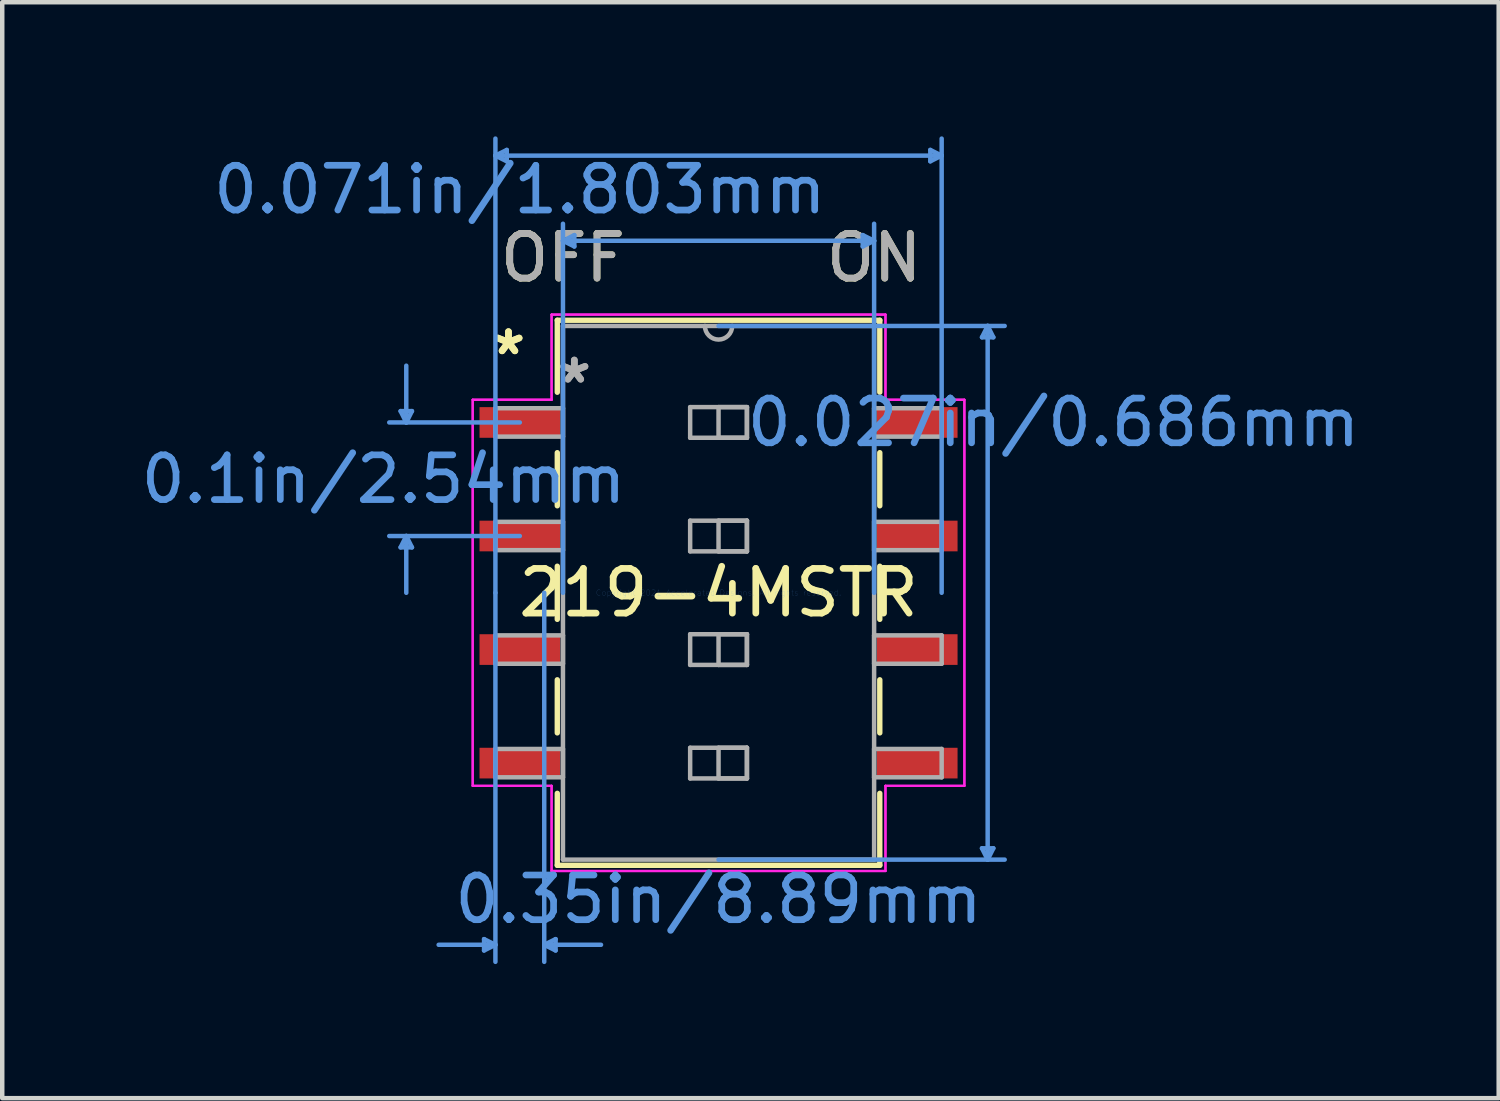
<source format=kicad_pcb>
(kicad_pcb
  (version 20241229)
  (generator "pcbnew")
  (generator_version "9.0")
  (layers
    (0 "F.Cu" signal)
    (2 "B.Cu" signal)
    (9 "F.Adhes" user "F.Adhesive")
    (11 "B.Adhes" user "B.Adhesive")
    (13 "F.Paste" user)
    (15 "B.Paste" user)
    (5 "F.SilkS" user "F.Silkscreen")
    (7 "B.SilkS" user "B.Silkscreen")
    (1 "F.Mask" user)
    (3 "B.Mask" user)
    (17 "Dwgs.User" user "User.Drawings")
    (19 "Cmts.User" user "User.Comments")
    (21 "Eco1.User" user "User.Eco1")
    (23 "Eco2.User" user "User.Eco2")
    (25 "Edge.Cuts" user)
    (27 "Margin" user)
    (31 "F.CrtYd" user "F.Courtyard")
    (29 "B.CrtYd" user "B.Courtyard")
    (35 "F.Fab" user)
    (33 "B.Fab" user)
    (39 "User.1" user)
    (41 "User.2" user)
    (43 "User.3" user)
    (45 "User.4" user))
  (footprint "219-4MSTR"
    (layer "F.Cu")
    (at 13.023 10.21)
    (property "Reference" "219-4MSTR" (at 0 0 0) (layer "F.SilkS") (effects (font (size 1 1) (thickness 0.15))))
    (attr through_hole)
    (fp_line (start -3.607 -6.096) (end -3.607 -4.486) (stroke (width 0.12) (type solid)) (layer "F.SilkS"))
    (fp_line (start -3.607 -3.134) (end -3.607 -1.946) (stroke (width 0.12) (type solid)) (layer "F.SilkS"))
    (fp_line (start -3.607 -0.594) (end -3.607 0.594) (stroke (width 0.12) (type solid)) (layer "F.SilkS"))
    (fp_line (start -3.607 1.946) (end -3.607 3.134) (stroke (width 0.12) (type solid)) (layer "F.SilkS"))
    (fp_line (start -3.607 4.486) (end -3.607 6.096) (stroke (width 0.12) (type solid)) (layer "F.SilkS"))
    (fp_line (start -3.607 6.096) (end 3.607 6.096) (stroke (width 0.12) (type solid)) (layer "F.SilkS"))
    (fp_line (start 3.607 -6.096) (end -3.607 -6.096) (stroke (width 0.12) (type solid)) (layer "F.SilkS"))
    (fp_line (start 3.607 -4.486) (end 3.607 -6.096) (stroke (width 0.12) (type solid)) (layer "F.SilkS"))
    (fp_line (start 3.607 -1.946) (end 3.607 -3.134) (stroke (width 0.12) (type solid)) (layer "F.SilkS"))
    (fp_line (start 3.607 0.594) (end 3.607 -0.594) (stroke (width 0.12) (type solid)) (layer "F.SilkS"))
    (fp_line (start 3.607 3.134) (end 3.607 1.946) (stroke (width 0.12) (type solid)) (layer "F.SilkS"))
    (fp_line (start 3.607 6.096) (end 3.607 4.486) (stroke (width 0.12) (type solid)) (layer "F.SilkS"))
    (fp_line (start -7.112 -4.064) (end -6.858 -4.064) (stroke (width 0.1) (type solid)) (layer "Cmts.User"))
    (fp_line (start -7.112 -1.016) (end -6.858 -1.016) (stroke (width 0.1) (type solid)) (layer "Cmts.User"))
    (fp_line (start -6.985 -3.81) (end -7.112 -4.064) (stroke (width 0.1) (type solid)) (layer "Cmts.User"))
    (fp_line (start -6.985 -3.81) (end -6.985 -5.08) (stroke (width 0.1) (type solid)) (layer "Cmts.User"))
    (fp_line (start -6.985 -3.81) (end -6.858 -4.064) (stroke (width 0.1) (type solid)) (layer "Cmts.User"))
    (fp_line (start -6.985 -1.27) (end -7.112 -1.016) (stroke (width 0.1) (type solid)) (layer "Cmts.User"))
    (fp_line (start -6.985 -1.27) (end -6.985 0) (stroke (width 0.1) (type solid)) (layer "Cmts.User"))
    (fp_line (start -6.985 -1.27) (end -6.858 -1.016) (stroke (width 0.1) (type solid)) (layer "Cmts.User"))
    (fp_line (start -5.245 7.747) (end -5.245 8.001) (stroke (width 0.1) (type solid)) (layer "Cmts.User"))
    (fp_line (start -4.991 -9.779) (end -4.737 -9.906) (stroke (width 0.1) (type solid)) (layer "Cmts.User"))
    (fp_line (start -4.991 -9.779) (end -4.737 -9.652) (stroke (width 0.1) (type solid)) (layer "Cmts.User"))
    (fp_line (start -4.991 -9.779) (end 4.991 -9.779) (stroke (width 0.1) (type solid)) (layer "Cmts.User"))
    (fp_line (start -4.991 0) (end -4.991 -10.16) (stroke (width 0.1) (type solid)) (layer "Cmts.User"))
    (fp_line (start -4.991 0) (end -4.991 8.255) (stroke (width 0.1) (type solid)) (layer "Cmts.User"))
    (fp_line (start -4.991 7.874) (end -6.261 7.874) (stroke (width 0.1) (type solid)) (layer "Cmts.User"))
    (fp_line (start -4.991 7.874) (end -5.245 7.747) (stroke (width 0.1) (type solid)) (layer "Cmts.User"))
    (fp_line (start -4.991 7.874) (end -5.245 8.001) (stroke (width 0.1) (type solid)) (layer "Cmts.User"))
    (fp_line (start -4.737 -9.906) (end -4.737 -9.652) (stroke (width 0.1) (type solid)) (layer "Cmts.User"))
    (fp_line (start -4.445 -3.81) (end -7.366 -3.81) (stroke (width 0.1) (type solid)) (layer "Cmts.User"))
    (fp_line (start -4.445 -1.27) (end -7.366 -1.27) (stroke (width 0.1) (type solid)) (layer "Cmts.User"))
    (fp_line (start -3.899 0) (end -3.899 8.255) (stroke (width 0.1) (type solid)) (layer "Cmts.User"))
    (fp_line (start -3.899 7.874) (end -3.645 7.747) (stroke (width 0.1) (type solid)) (layer "Cmts.User"))
    (fp_line (start -3.899 7.874) (end -3.645 8.001) (stroke (width 0.1) (type solid)) (layer "Cmts.User"))
    (fp_line (start -3.899 7.874) (end -2.629 7.874) (stroke (width 0.1) (type solid)) (layer "Cmts.User"))
    (fp_line (start -3.645 7.747) (end -3.645 8.001) (stroke (width 0.1) (type solid)) (layer "Cmts.User"))
    (fp_line (start -3.48 -7.874) (end -3.226 -8.001) (stroke (width 0.1) (type solid)) (layer "Cmts.User"))
    (fp_line (start -3.48 -7.874) (end -3.226 -7.747) (stroke (width 0.1) (type solid)) (layer "Cmts.User"))
    (fp_line (start -3.48 -7.874) (end 3.48 -7.874) (stroke (width 0.1) (type solid)) (layer "Cmts.User"))
    (fp_line (start -3.48 0) (end -3.48 -8.255) (stroke (width 0.1) (type solid)) (layer "Cmts.User"))
    (fp_line (start -3.226 -8.001) (end -3.226 -7.747) (stroke (width 0.1) (type solid)) (layer "Cmts.User"))
    (fp_line (start 0 -5.969) (end 6.401 -5.969) (stroke (width 0.1) (type solid)) (layer "Cmts.User"))
    (fp_line (start 0 5.969) (end 6.401 5.969) (stroke (width 0.1) (type solid)) (layer "Cmts.User"))
    (fp_line (start 3.226 -8.001) (end 3.226 -7.747) (stroke (width 0.1) (type solid)) (layer "Cmts.User"))
    (fp_line (start 3.48 -7.874) (end 3.226 -8.001) (stroke (width 0.1) (type solid)) (layer "Cmts.User"))
    (fp_line (start 3.48 -7.874) (end 3.226 -7.747) (stroke (width 0.1) (type solid)) (layer "Cmts.User"))
    (fp_line (start 3.48 0) (end 3.48 -8.255) (stroke (width 0.1) (type solid)) (layer "Cmts.User"))
    (fp_line (start 4.737 -9.906) (end 4.737 -9.652) (stroke (width 0.1) (type solid)) (layer "Cmts.User"))
    (fp_line (start 4.991 -9.779) (end 4.737 -9.906) (stroke (width 0.1) (type solid)) (layer "Cmts.User"))
    (fp_line (start 4.991 -9.779) (end 4.737 -9.652) (stroke (width 0.1) (type solid)) (layer "Cmts.User"))
    (fp_line (start 4.991 0) (end 4.991 -10.16) (stroke (width 0.1) (type solid)) (layer "Cmts.User"))
    (fp_line (start 5.893 -5.715) (end 6.147 -5.715) (stroke (width 0.1) (type solid)) (layer "Cmts.User"))
    (fp_line (start 5.893 5.715) (end 6.147 5.715) (stroke (width 0.1) (type solid)) (layer "Cmts.User"))
    (fp_line (start 6.02 -5.969) (end 5.893 -5.715) (stroke (width 0.1) (type solid)) (layer "Cmts.User"))
    (fp_line (start 6.02 -5.969) (end 6.02 5.969) (stroke (width 0.1) (type solid)) (layer "Cmts.User"))
    (fp_line (start 6.02 -5.969) (end 6.147 -5.715) (stroke (width 0.1) (type solid)) (layer "Cmts.User"))
    (fp_line (start 6.02 5.969) (end 5.893 5.715) (stroke (width 0.1) (type solid)) (layer "Cmts.User"))
    (fp_line (start 6.02 5.969) (end 6.147 5.715) (stroke (width 0.1) (type solid)) (layer "Cmts.User"))
    (fp_line (start -5.499 -4.318) (end -3.734 -4.318) (stroke (width 0.05) (type solid)) (layer "F.CrtYd"))
    (fp_line (start -5.499 -4.318) (end -3.734 -4.318) (stroke (width 0.05) (type solid)) (layer "F.CrtYd"))
    (fp_line (start -5.499 4.318) (end -5.499 -4.318) (stroke (width 0.05) (type solid)) (layer "F.CrtYd"))
    (fp_line (start -5.499 4.318) (end -5.499 -4.318) (stroke (width 0.05) (type solid)) (layer "F.CrtYd"))
    (fp_line (start -3.734 -6.223) (end 3.734 -6.223) (stroke (width 0.05) (type solid)) (layer "F.CrtYd"))
    (fp_line (start -3.734 -6.223) (end 3.734 -6.223) (stroke (width 0.05) (type solid)) (layer "F.CrtYd"))
    (fp_line (start -3.734 -4.318) (end -3.734 -6.223) (stroke (width 0.05) (type solid)) (layer "F.CrtYd"))
    (fp_line (start -3.734 -4.318) (end -3.734 -6.223) (stroke (width 0.05) (type solid)) (layer "F.CrtYd"))
    (fp_line (start -3.734 4.318) (end -5.499 4.318) (stroke (width 0.05) (type solid)) (layer "F.CrtYd"))
    (fp_line (start -3.734 4.318) (end -5.499 4.318) (stroke (width 0.05) (type solid)) (layer "F.CrtYd"))
    (fp_line (start -3.734 6.223) (end -3.734 4.318) (stroke (width 0.05) (type solid)) (layer "F.CrtYd"))
    (fp_line (start -3.734 6.223) (end -3.734 4.318) (stroke (width 0.05) (type solid)) (layer "F.CrtYd"))
    (fp_line (start 3.734 -6.223) (end 3.734 -4.318) (stroke (width 0.05) (type solid)) (layer "F.CrtYd"))
    (fp_line (start 3.734 -6.223) (end 3.734 -4.318) (stroke (width 0.05) (type solid)) (layer "F.CrtYd"))
    (fp_line (start 3.734 -4.318) (end 5.499 -4.318) (stroke (width 0.05) (type solid)) (layer "F.CrtYd"))
    (fp_line (start 3.734 -4.318) (end 5.499 -4.318) (stroke (width 0.05) (type solid)) (layer "F.CrtYd"))
    (fp_line (start 3.734 4.318) (end 3.734 6.223) (stroke (width 0.05) (type solid)) (layer "F.CrtYd"))
    (fp_line (start 3.734 4.318) (end 3.734 6.223) (stroke (width 0.05) (type solid)) (layer "F.CrtYd"))
    (fp_line (start 3.734 6.223) (end -3.734 6.223) (stroke (width 0.05) (type solid)) (layer "F.CrtYd"))
    (fp_line (start 3.734 6.223) (end -3.734 6.223) (stroke (width 0.05) (type solid)) (layer "F.CrtYd"))
    (fp_line (start 5.499 -4.318) (end 5.499 4.318) (stroke (width 0.05) (type solid)) (layer "F.CrtYd"))
    (fp_line (start 5.499 -4.318) (end 5.499 4.318) (stroke (width 0.05) (type solid)) (layer "F.CrtYd"))
    (fp_line (start 5.499 4.318) (end 3.734 4.318) (stroke (width 0.05) (type solid)) (layer "F.CrtYd"))
    (fp_line (start 5.499 4.318) (end 3.734 4.318) (stroke (width 0.05) (type solid)) (layer "F.CrtYd"))
    (fp_line (start -4.991 -4.128) (end -4.991 -3.493) (stroke (width 0.1) (type solid)) (layer "F.Fab"))
    (fp_line (start -4.991 -3.493) (end -3.48 -3.493) (stroke (width 0.1) (type solid)) (layer "F.Fab"))
    (fp_line (start -4.991 -1.587) (end -4.991 -0.953) (stroke (width 0.1) (type solid)) (layer "F.Fab"))
    (fp_line (start -4.991 -0.953) (end -3.48 -0.953) (stroke (width 0.1) (type solid)) (layer "F.Fab"))
    (fp_line (start -4.991 0.953) (end -4.991 1.587) (stroke (width 0.1) (type solid)) (layer "F.Fab"))
    (fp_line (start -4.991 1.587) (end -3.48 1.587) (stroke (width 0.1) (type solid)) (layer "F.Fab"))
    (fp_line (start -4.991 3.493) (end -4.991 4.128) (stroke (width 0.1) (type solid)) (layer "F.Fab"))
    (fp_line (start -4.991 4.128) (end -3.48 4.128) (stroke (width 0.1) (type solid)) (layer "F.Fab"))
    (fp_line (start -3.48 -5.969) (end -3.48 5.969) (stroke (width 0.1) (type solid)) (layer "F.Fab"))
    (fp_line (start -3.48 -4.128) (end -4.991 -4.128) (stroke (width 0.1) (type solid)) (layer "F.Fab"))
    (fp_line (start -3.48 -3.493) (end -3.48 -4.128) (stroke (width 0.1) (type solid)) (layer "F.Fab"))
    (fp_line (start -3.48 -1.587) (end -4.991 -1.587) (stroke (width 0.1) (type solid)) (layer "F.Fab"))
    (fp_line (start -3.48 -0.953) (end -3.48 -1.587) (stroke (width 0.1) (type solid)) (layer "F.Fab"))
    (fp_line (start -3.48 0.953) (end -4.991 0.953) (stroke (width 0.1) (type solid)) (layer "F.Fab"))
    (fp_line (start -3.48 1.587) (end -3.48 0.953) (stroke (width 0.1) (type solid)) (layer "F.Fab"))
    (fp_line (start -3.48 3.493) (end -4.991 3.493) (stroke (width 0.1) (type solid)) (layer "F.Fab"))
    (fp_line (start -3.48 4.128) (end -3.48 3.493) (stroke (width 0.1) (type solid)) (layer "F.Fab"))
    (fp_line (start -3.48 5.969) (end 3.48 5.969) (stroke (width 0.1) (type solid)) (layer "F.Fab"))
    (fp_line (start -0.635 -4.153) (end 0.635 -4.153) (stroke (width 0.1) (type solid)) (layer "F.Fab"))
    (fp_line (start -0.635 -3.467) (end -0.635 -4.153) (stroke (width 0.1) (type solid)) (layer "F.Fab"))
    (fp_line (start -0.635 -1.613) (end 0.635 -1.613) (stroke (width 0.1) (type solid)) (layer "F.Fab"))
    (fp_line (start -0.635 -0.927) (end -0.635 -1.613) (stroke (width 0.1) (type solid)) (layer "F.Fab"))
    (fp_line (start -0.635 0.927) (end 0.635 0.927) (stroke (width 0.1) (type solid)) (layer "F.Fab"))
    (fp_line (start -0.635 1.613) (end -0.635 0.927) (stroke (width 0.1) (type solid)) (layer "F.Fab"))
    (fp_line (start -0.635 3.467) (end 0.635 3.467) (stroke (width 0.1) (type solid)) (layer "F.Fab"))
    (fp_line (start -0.635 4.153) (end -0.635 3.467) (stroke (width 0.1) (type solid)) (layer "F.Fab"))
    (fp_line (start 0 -4.153) (end 0.635 -4.153) (stroke (width 0.1) (type solid)) (layer "F.Fab"))
    (fp_line (start 0 -3.467) (end 0 -4.153) (stroke (width 0.1) (type solid)) (layer "F.Fab"))
    (fp_line (start 0 -1.613) (end 0.635 -1.613) (stroke (width 0.1) (type solid)) (layer "F.Fab"))
    (fp_line (start 0 -0.927) (end 0 -1.613) (stroke (width 0.1) (type solid)) (layer "F.Fab"))
    (fp_line (start 0 0.927) (end 0.635 0.927) (stroke (width 0.1) (type solid)) (layer "F.Fab"))
    (fp_line (start 0 1.613) (end 0 0.927) (stroke (width 0.1) (type solid)) (layer "F.Fab"))
    (fp_line (start 0 3.467) (end 0.635 3.467) (stroke (width 0.1) (type solid)) (layer "F.Fab"))
    (fp_line (start 0 4.153) (end 0 3.467) (stroke (width 0.1) (type solid)) (layer "F.Fab"))
    (fp_line (start 0.635 -4.153) (end 0.635 -3.467) (stroke (width 0.1) (type solid)) (layer "F.Fab"))
    (fp_line (start 0.635 -4.153) (end 0.635 -3.467) (stroke (width 0.1) (type solid)) (layer "F.Fab"))
    (fp_line (start 0.635 -3.467) (end -0.635 -3.467) (stroke (width 0.1) (type solid)) (layer "F.Fab"))
    (fp_line (start 0.635 -3.467) (end 0 -3.467) (stroke (width 0.1) (type solid)) (layer "F.Fab"))
    (fp_line (start 0.635 -1.613) (end 0.635 -0.927) (stroke (width 0.1) (type solid)) (layer "F.Fab"))
    (fp_line (start 0.635 -1.613) (end 0.635 -0.927) (stroke (width 0.1) (type solid)) (layer "F.Fab"))
    (fp_line (start 0.635 -0.927) (end -0.635 -0.927) (stroke (width 0.1) (type solid)) (layer "F.Fab"))
    (fp_line (start 0.635 -0.927) (end 0 -0.927) (stroke (width 0.1) (type solid)) (layer "F.Fab"))
    (fp_line (start 0.635 0.927) (end 0.635 1.613) (stroke (width 0.1) (type solid)) (layer "F.Fab"))
    (fp_line (start 0.635 0.927) (end 0.635 1.613) (stroke (width 0.1) (type solid)) (layer "F.Fab"))
    (fp_line (start 0.635 1.613) (end -0.635 1.613) (stroke (width 0.1) (type solid)) (layer "F.Fab"))
    (fp_line (start 0.635 1.613) (end 0 1.613) (stroke (width 0.1) (type solid)) (layer "F.Fab"))
    (fp_line (start 0.635 3.467) (end 0.635 4.153) (stroke (width 0.1) (type solid)) (layer "F.Fab"))
    (fp_line (start 0.635 3.467) (end 0.635 4.153) (stroke (width 0.1) (type solid)) (layer "F.Fab"))
    (fp_line (start 0.635 4.153) (end -0.635 4.153) (stroke (width 0.1) (type solid)) (layer "F.Fab"))
    (fp_line (start 0.635 4.153) (end 0 4.153) (stroke (width 0.1) (type solid)) (layer "F.Fab"))
    (fp_line (start 3.48 -5.969) (end -3.48 -5.969) (stroke (width 0.1) (type solid)) (layer "F.Fab"))
    (fp_line (start 3.48 -4.128) (end 3.48 -3.493) (stroke (width 0.1) (type solid)) (layer "F.Fab"))
    (fp_line (start 3.48 -3.493) (end 4.991 -3.493) (stroke (width 0.1) (type solid)) (layer "F.Fab"))
    (fp_line (start 3.48 -1.587) (end 3.48 -0.953) (stroke (width 0.1) (type solid)) (layer "F.Fab"))
    (fp_line (start 3.48 -0.953) (end 4.991 -0.953) (stroke (width 0.1) (type solid)) (layer "F.Fab"))
    (fp_line (start 3.48 0.953) (end 3.48 1.587) (stroke (width 0.1) (type solid)) (layer "F.Fab"))
    (fp_line (start 3.48 1.587) (end 4.991 1.587) (stroke (width 0.1) (type solid)) (layer "F.Fab"))
    (fp_line (start 3.48 3.493) (end 3.48 4.128) (stroke (width 0.1) (type solid)) (layer "F.Fab"))
    (fp_line (start 3.48 4.128) (end 4.991 4.128) (stroke (width 0.1) (type solid)) (layer "F.Fab"))
    (fp_line (start 3.48 5.969) (end 3.48 -5.969) (stroke (width 0.1) (type solid)) (layer "F.Fab"))
    (fp_line (start 4.991 -4.128) (end 3.48 -4.128) (stroke (width 0.1) (type solid)) (layer "F.Fab"))
    (fp_line (start 4.991 -3.493) (end 4.991 -4.128) (stroke (width 0.1) (type solid)) (layer "F.Fab"))
    (fp_line (start 4.991 -1.587) (end 3.48 -1.587) (stroke (width 0.1) (type solid)) (layer "F.Fab"))
    (fp_line (start 4.991 -0.953) (end 4.991 -1.587) (stroke (width 0.1) (type solid)) (layer "F.Fab"))
    (fp_line (start 4.991 0.953) (end 3.48 0.953) (stroke (width 0.1) (type solid)) (layer "F.Fab"))
    (fp_line (start 4.991 1.587) (end 4.991 0.953) (stroke (width 0.1) (type solid)) (layer "F.Fab"))
    (fp_line (start 4.991 3.493) (end 3.48 3.493) (stroke (width 0.1) (type solid)) (layer "F.Fab"))
    (fp_line (start 4.991 4.128) (end 4.991 3.493) (stroke (width 0.1) (type solid)) (layer "F.Fab"))
    (fp_arc (start 0.3048 -5.969) (mid 0 -5.6642) (end -0.3048 -5.969) (stroke (width 0.1) (type solid)) (layer "F.Fab"))
    (fp_text user "*" (at -4.699 -5.296 0) (layer "F.SilkS") (effects (font (size 1 1) (thickness 0.15))))
    (fp_text user "*" (at -4.699 -5.296 0) (layer "F.SilkS") (effects (font (size 1 1) (thickness 0.15))))
    (fp_text user "ON" (at 3.48 -7.493 0) (layer "F.SilkS") (effects (font (size 1 1) (thickness 0.15))))
    (fp_text user "OFF" (at -3.48 -7.493 0) (layer "F.SilkS") (effects (font (size 1 1) (thickness 0.15))))
    (fp_text user "0.35in/8.89mm" (at 0 6.858 0) (layer "Cmts.User") (effects (font (size 1 1) (thickness 0.15))))
    (fp_text user "0.071in/1.803mm" (at -4.445 -9.017 0) (layer "Cmts.User") (effects (font (size 1 1) (thickness 0.15))))
    (fp_text user "0.1in/2.54mm" (at -7.493 -2.54 0) (layer "Cmts.User") (effects (font (size 1 1) (thickness 0.15))))
    (fp_text user "Copyright 2021 Accelerated Designs. All rights reserved." (at 0 0 0) (layer "Cmts.User") (effects (font (size 0.127 0.127) (thickness 0.002))))
    (fp_text user "0.027in/0.686mm" (at 7.493 -3.81 0) (layer "Cmts.User") (effects (font (size 1 1) (thickness 0.15))))
    (fp_text user "OFF" (at -3.48 -7.493 0) (layer "F.Fab") (effects (font (size 1 1) (thickness 0.15))))
    (fp_text user "ON" (at 3.48 -7.493 0) (layer "F.Fab") (effects (font (size 1 1) (thickness 0.15))))
    (fp_text user "*" (at -3.226 -4.661 0) (layer "F.Fab") (effects (font (size 1 1) (thickness 0.15))))
    (fp_text user "*" (at -3.226 -4.661 0) (layer "F.Fab") (effects (font (size 1 1) (thickness 0.15))))
    (pad "1" smd rect (at -4.445 -3.81) (size 1.803 0.686) (layers "F.Cu" "F.Mask" "F.Paste"))
    (pad "2" smd rect (at -4.445 -1.27) (size 1.803 0.686) (layers "F.Cu" "F.Mask" "F.Paste"))
    (pad "3" smd rect (at -4.445 1.27) (size 1.803 0.686) (layers "F.Cu" "F.Mask" "F.Paste"))
    (pad "4" smd rect (at -4.445 3.81) (size 1.803 0.686) (layers "F.Cu" "F.Mask" "F.Paste"))
    (pad "5" smd rect (at 4.445 3.81) (size 1.803 0.686) (layers "F.Cu" "F.Mask" "F.Paste"))
    (pad "6" smd rect (at 4.445 1.27) (size 1.803 0.686) (layers "F.Cu" "F.Mask" "F.Paste"))
    (pad "7" smd rect (at 4.445 -1.27) (size 1.803 0.686) (layers "F.Cu" "F.Mask" "F.Paste"))
    (pad "8" smd rect (at 4.445 -3.81) (size 1.803 0.686) (layers "F.Cu" "F.Mask" "F.Paste")))
  (gr_rect
    (start -3 -3)
    (end 30.474 21.515)
    (stroke (width 0.1) (type default))
    (fill no)
    (layer "Edge.Cuts")))
</source>
